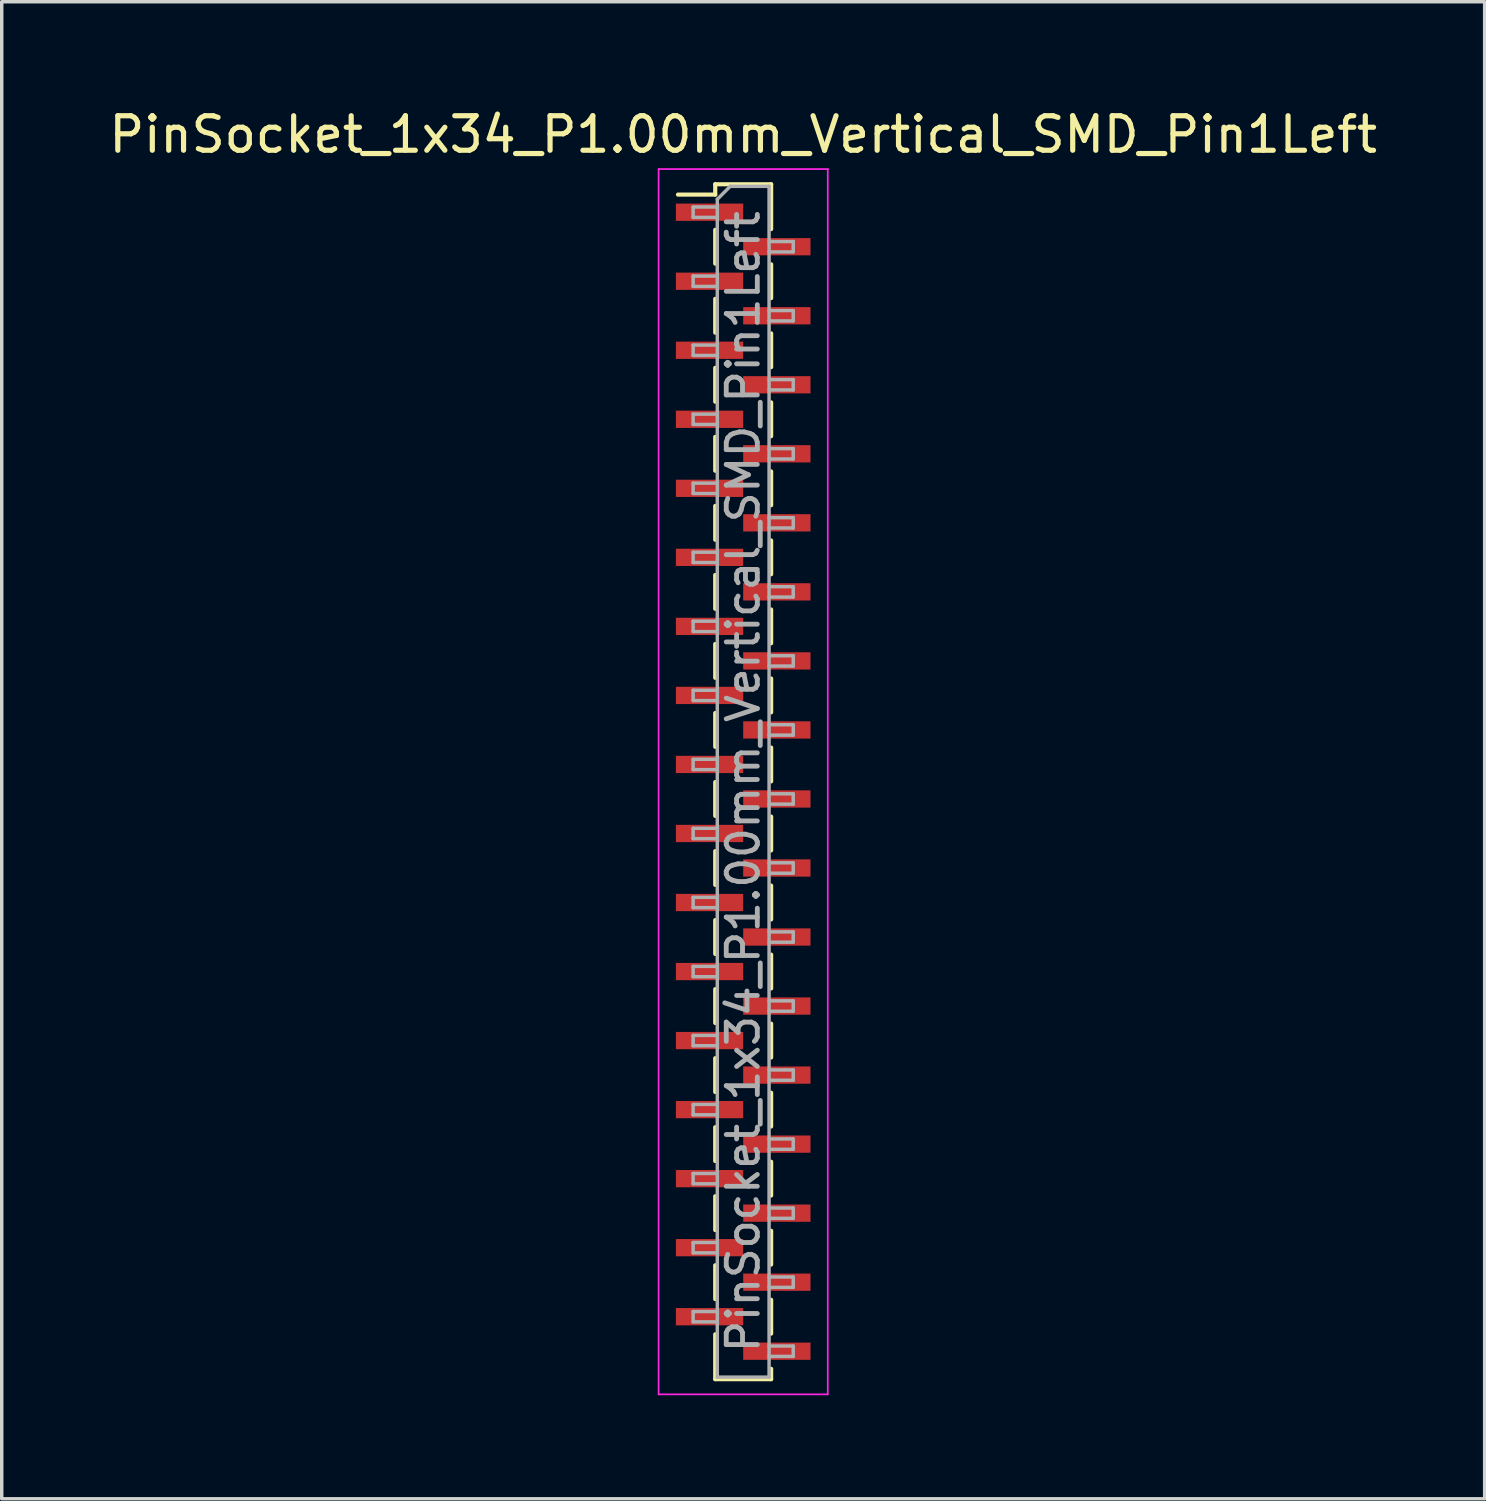
<source format=kicad_pcb>
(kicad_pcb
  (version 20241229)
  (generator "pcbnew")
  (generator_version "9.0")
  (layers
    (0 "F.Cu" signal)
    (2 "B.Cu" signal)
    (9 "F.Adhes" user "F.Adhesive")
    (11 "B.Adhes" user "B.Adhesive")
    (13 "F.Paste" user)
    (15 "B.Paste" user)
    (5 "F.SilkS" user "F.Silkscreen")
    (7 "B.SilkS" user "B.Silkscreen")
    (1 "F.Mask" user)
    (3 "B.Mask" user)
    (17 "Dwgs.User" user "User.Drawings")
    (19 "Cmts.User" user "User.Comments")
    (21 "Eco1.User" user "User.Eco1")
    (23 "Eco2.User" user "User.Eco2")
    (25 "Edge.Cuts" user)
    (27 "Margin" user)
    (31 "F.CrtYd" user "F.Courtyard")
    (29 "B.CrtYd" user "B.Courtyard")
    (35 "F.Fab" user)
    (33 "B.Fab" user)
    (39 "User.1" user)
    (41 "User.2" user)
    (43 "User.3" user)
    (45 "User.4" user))
  (footprint "PinSocket_1x34_P1.00mm_Vertical_SMD_Pin1Left"
    (layer "F.Cu")
    (at 18.482 19.598)
    (property "Reference" "PinSocket_1x34_P1.00mm_Vertical_SMD_Pin1Left" (at 0 -18.75 0) (layer "F.SilkS") (effects (font (size 1 1) (thickness 0.15))))
    (attr smd)
    (fp_line (start -1.89 -17.01) (end -0.81 -17.01) (stroke (width 0.12) (type solid)) (layer "F.SilkS"))
    (fp_line (start -0.81 -17.31) (end -0.81 -17.01) (stroke (width 0.12) (type solid)) (layer "F.SilkS"))
    (fp_line (start -0.81 -17.31) (end 0.81 -17.31) (stroke (width 0.12) (type solid)) (layer "F.SilkS"))
    (fp_line (start -0.81 -15.99) (end -0.81 -15.01) (stroke (width 0.12) (type solid)) (layer "F.SilkS"))
    (fp_line (start -0.81 -13.99) (end -0.81 -13.01) (stroke (width 0.12) (type solid)) (layer "F.SilkS"))
    (fp_line (start -0.81 -11.99) (end -0.81 -11.01) (stroke (width 0.12) (type solid)) (layer "F.SilkS"))
    (fp_line (start -0.81 -9.99) (end -0.81 -9.01) (stroke (width 0.12) (type solid)) (layer "F.SilkS"))
    (fp_line (start -0.81 -7.99) (end -0.81 -7.01) (stroke (width 0.12) (type solid)) (layer "F.SilkS"))
    (fp_line (start -0.81 -5.99) (end -0.81 -5.01) (stroke (width 0.12) (type solid)) (layer "F.SilkS"))
    (fp_line (start -0.81 -3.99) (end -0.81 -3.01) (stroke (width 0.12) (type solid)) (layer "F.SilkS"))
    (fp_line (start -0.81 -1.99) (end -0.81 -1.01) (stroke (width 0.12) (type solid)) (layer "F.SilkS"))
    (fp_line (start -0.81 0.01) (end -0.81 0.99) (stroke (width 0.12) (type solid)) (layer "F.SilkS"))
    (fp_line (start -0.81 2.01) (end -0.81 2.99) (stroke (width 0.12) (type solid)) (layer "F.SilkS"))
    (fp_line (start -0.81 4.01) (end -0.81 4.99) (stroke (width 0.12) (type solid)) (layer "F.SilkS"))
    (fp_line (start -0.81 6.01) (end -0.81 6.99) (stroke (width 0.12) (type solid)) (layer "F.SilkS"))
    (fp_line (start -0.81 8.01) (end -0.81 8.99) (stroke (width 0.12) (type solid)) (layer "F.SilkS"))
    (fp_line (start -0.81 10.01) (end -0.81 10.99) (stroke (width 0.12) (type solid)) (layer "F.SilkS"))
    (fp_line (start -0.81 12.01) (end -0.81 12.99) (stroke (width 0.12) (type solid)) (layer "F.SilkS"))
    (fp_line (start -0.81 14.01) (end -0.81 14.99) (stroke (width 0.12) (type solid)) (layer "F.SilkS"))
    (fp_line (start -0.81 16.01) (end -0.81 17.31) (stroke (width 0.12) (type solid)) (layer "F.SilkS"))
    (fp_line (start -0.81 17.31) (end 0.81 17.31) (stroke (width 0.12) (type solid)) (layer "F.SilkS"))
    (fp_line (start 0.81 -17.31) (end 0.81 -16.01) (stroke (width 0.12) (type solid)) (layer "F.SilkS"))
    (fp_line (start 0.81 -14.99) (end 0.81 -14.01) (stroke (width 0.12) (type solid)) (layer "F.SilkS"))
    (fp_line (start 0.81 -12.99) (end 0.81 -12.01) (stroke (width 0.12) (type solid)) (layer "F.SilkS"))
    (fp_line (start 0.81 -10.99) (end 0.81 -10.01) (stroke (width 0.12) (type solid)) (layer "F.SilkS"))
    (fp_line (start 0.81 -8.99) (end 0.81 -8.01) (stroke (width 0.12) (type solid)) (layer "F.SilkS"))
    (fp_line (start 0.81 -6.99) (end 0.81 -6.01) (stroke (width 0.12) (type solid)) (layer "F.SilkS"))
    (fp_line (start 0.81 -4.99) (end 0.81 -4.01) (stroke (width 0.12) (type solid)) (layer "F.SilkS"))
    (fp_line (start 0.81 -2.99) (end 0.81 -2.01) (stroke (width 0.12) (type solid)) (layer "F.SilkS"))
    (fp_line (start 0.81 -0.99) (end 0.81 -0.01) (stroke (width 0.12) (type solid)) (layer "F.SilkS"))
    (fp_line (start 0.81 1.01) (end 0.81 1.99) (stroke (width 0.12) (type solid)) (layer "F.SilkS"))
    (fp_line (start 0.81 3.01) (end 0.81 3.99) (stroke (width 0.12) (type solid)) (layer "F.SilkS"))
    (fp_line (start 0.81 5.01) (end 0.81 5.99) (stroke (width 0.12) (type solid)) (layer "F.SilkS"))
    (fp_line (start 0.81 7.01) (end 0.81 7.99) (stroke (width 0.12) (type solid)) (layer "F.SilkS"))
    (fp_line (start 0.81 9.01) (end 0.81 9.99) (stroke (width 0.12) (type solid)) (layer "F.SilkS"))
    (fp_line (start 0.81 11.01) (end 0.81 11.99) (stroke (width 0.12) (type solid)) (layer "F.SilkS"))
    (fp_line (start 0.81 13.01) (end 0.81 13.99) (stroke (width 0.12) (type solid)) (layer "F.SilkS"))
    (fp_line (start 0.81 15.01) (end 0.81 15.99) (stroke (width 0.12) (type solid)) (layer "F.SilkS"))
    (fp_line (start 0.81 17.01) (end 0.81 17.31) (stroke (width 0.12) (type solid)) (layer "F.SilkS"))
    (fp_line (start -2.45 -17.75) (end 2.45 -17.75) (stroke (width 0.05) (type solid)) (layer "F.CrtYd"))
    (fp_line (start -2.45 17.75) (end -2.45 -17.75) (stroke (width 0.05) (type solid)) (layer "F.CrtYd"))
    (fp_line (start 2.45 -17.75) (end 2.45 17.75) (stroke (width 0.05) (type solid)) (layer "F.CrtYd"))
    (fp_line (start 2.45 17.75) (end -2.45 17.75) (stroke (width 0.05) (type solid)) (layer "F.CrtYd"))
    (fp_line (start -1.45 -16.65) (end -0.75 -16.65) (stroke (width 0.1) (type solid)) (layer "F.Fab"))
    (fp_line (start -1.45 -16.35) (end -1.45 -16.65) (stroke (width 0.1) (type solid)) (layer "F.Fab"))
    (fp_line (start -1.45 -14.65) (end -0.75 -14.65) (stroke (width 0.1) (type solid)) (layer "F.Fab"))
    (fp_line (start -1.45 -14.35) (end -1.45 -14.65) (stroke (width 0.1) (type solid)) (layer "F.Fab"))
    (fp_line (start -1.45 -12.65) (end -0.75 -12.65) (stroke (width 0.1) (type solid)) (layer "F.Fab"))
    (fp_line (start -1.45 -12.35) (end -1.45 -12.65) (stroke (width 0.1) (type solid)) (layer "F.Fab"))
    (fp_line (start -1.45 -10.65) (end -0.75 -10.65) (stroke (width 0.1) (type solid)) (layer "F.Fab"))
    (fp_line (start -1.45 -10.35) (end -1.45 -10.65) (stroke (width 0.1) (type solid)) (layer "F.Fab"))
    (fp_line (start -1.45 -8.65) (end -0.75 -8.65) (stroke (width 0.1) (type solid)) (layer "F.Fab"))
    (fp_line (start -1.45 -8.35) (end -1.45 -8.65) (stroke (width 0.1) (type solid)) (layer "F.Fab"))
    (fp_line (start -1.45 -6.65) (end -0.75 -6.65) (stroke (width 0.1) (type solid)) (layer "F.Fab"))
    (fp_line (start -1.45 -6.35) (end -1.45 -6.65) (stroke (width 0.1) (type solid)) (layer "F.Fab"))
    (fp_line (start -1.45 -4.65) (end -0.75 -4.65) (stroke (width 0.1) (type solid)) (layer "F.Fab"))
    (fp_line (start -1.45 -4.35) (end -1.45 -4.65) (stroke (width 0.1) (type solid)) (layer "F.Fab"))
    (fp_line (start -1.45 -2.65) (end -0.75 -2.65) (stroke (width 0.1) (type solid)) (layer "F.Fab"))
    (fp_line (start -1.45 -2.35) (end -1.45 -2.65) (stroke (width 0.1) (type solid)) (layer "F.Fab"))
    (fp_line (start -1.45 -0.65) (end -0.75 -0.65) (stroke (width 0.1) (type solid)) (layer "F.Fab"))
    (fp_line (start -1.45 -0.35) (end -1.45 -0.65) (stroke (width 0.1) (type solid)) (layer "F.Fab"))
    (fp_line (start -1.45 1.35) (end -0.75 1.35) (stroke (width 0.1) (type solid)) (layer "F.Fab"))
    (fp_line (start -1.45 1.65) (end -1.45 1.35) (stroke (width 0.1) (type solid)) (layer "F.Fab"))
    (fp_line (start -1.45 3.35) (end -0.75 3.35) (stroke (width 0.1) (type solid)) (layer "F.Fab"))
    (fp_line (start -1.45 3.65) (end -1.45 3.35) (stroke (width 0.1) (type solid)) (layer "F.Fab"))
    (fp_line (start -1.45 5.35) (end -0.75 5.35) (stroke (width 0.1) (type solid)) (layer "F.Fab"))
    (fp_line (start -1.45 5.65) (end -1.45 5.35) (stroke (width 0.1) (type solid)) (layer "F.Fab"))
    (fp_line (start -1.45 7.35) (end -0.75 7.35) (stroke (width 0.1) (type solid)) (layer "F.Fab"))
    (fp_line (start -1.45 7.65) (end -1.45 7.35) (stroke (width 0.1) (type solid)) (layer "F.Fab"))
    (fp_line (start -1.45 9.35) (end -0.75 9.35) (stroke (width 0.1) (type solid)) (layer "F.Fab"))
    (fp_line (start -1.45 9.65) (end -1.45 9.35) (stroke (width 0.1) (type solid)) (layer "F.Fab"))
    (fp_line (start -1.45 11.35) (end -0.75 11.35) (stroke (width 0.1) (type solid)) (layer "F.Fab"))
    (fp_line (start -1.45 11.65) (end -1.45 11.35) (stroke (width 0.1) (type solid)) (layer "F.Fab"))
    (fp_line (start -1.45 13.35) (end -0.75 13.35) (stroke (width 0.1) (type solid)) (layer "F.Fab"))
    (fp_line (start -1.45 13.65) (end -1.45 13.35) (stroke (width 0.1) (type solid)) (layer "F.Fab"))
    (fp_line (start -1.45 15.35) (end -0.75 15.35) (stroke (width 0.1) (type solid)) (layer "F.Fab"))
    (fp_line (start -1.45 15.65) (end -1.45 15.35) (stroke (width 0.1) (type solid)) (layer "F.Fab"))
    (fp_line (start -0.75 -16.875) (end -0.375 -17.25) (stroke (width 0.1) (type solid)) (layer "F.Fab"))
    (fp_line (start -0.75 -16.35) (end -1.45 -16.35) (stroke (width 0.1) (type solid)) (layer "F.Fab"))
    (fp_line (start -0.75 -14.35) (end -1.45 -14.35) (stroke (width 0.1) (type solid)) (layer "F.Fab"))
    (fp_line (start -0.75 -12.35) (end -1.45 -12.35) (stroke (width 0.1) (type solid)) (layer "F.Fab"))
    (fp_line (start -0.75 -10.35) (end -1.45 -10.35) (stroke (width 0.1) (type solid)) (layer "F.Fab"))
    (fp_line (start -0.75 -8.35) (end -1.45 -8.35) (stroke (width 0.1) (type solid)) (layer "F.Fab"))
    (fp_line (start -0.75 -6.35) (end -1.45 -6.35) (stroke (width 0.1) (type solid)) (layer "F.Fab"))
    (fp_line (start -0.75 -4.35) (end -1.45 -4.35) (stroke (width 0.1) (type solid)) (layer "F.Fab"))
    (fp_line (start -0.75 -2.35) (end -1.45 -2.35) (stroke (width 0.1) (type solid)) (layer "F.Fab"))
    (fp_line (start -0.75 -0.35) (end -1.45 -0.35) (stroke (width 0.1) (type solid)) (layer "F.Fab"))
    (fp_line (start -0.75 1.65) (end -1.45 1.65) (stroke (width 0.1) (type solid)) (layer "F.Fab"))
    (fp_line (start -0.75 3.65) (end -1.45 3.65) (stroke (width 0.1) (type solid)) (layer "F.Fab"))
    (fp_line (start -0.75 5.65) (end -1.45 5.65) (stroke (width 0.1) (type solid)) (layer "F.Fab"))
    (fp_line (start -0.75 7.65) (end -1.45 7.65) (stroke (width 0.1) (type solid)) (layer "F.Fab"))
    (fp_line (start -0.75 9.65) (end -1.45 9.65) (stroke (width 0.1) (type solid)) (layer "F.Fab"))
    (fp_line (start -0.75 11.65) (end -1.45 11.65) (stroke (width 0.1) (type solid)) (layer "F.Fab"))
    (fp_line (start -0.75 13.65) (end -1.45 13.65) (stroke (width 0.1) (type solid)) (layer "F.Fab"))
    (fp_line (start -0.75 15.65) (end -1.45 15.65) (stroke (width 0.1) (type solid)) (layer "F.Fab"))
    (fp_line (start -0.75 17.25) (end -0.75 -16.875) (stroke (width 0.1) (type solid)) (layer "F.Fab"))
    (fp_line (start -0.375 -17.25) (end 0.75 -17.25) (stroke (width 0.1) (type solid)) (layer "F.Fab"))
    (fp_line (start 0.75 -17.25) (end 0.75 17.25) (stroke (width 0.1) (type solid)) (layer "F.Fab"))
    (fp_line (start 0.75 -15.65) (end 1.45 -15.65) (stroke (width 0.1) (type solid)) (layer "F.Fab"))
    (fp_line (start 0.75 -13.65) (end 1.45 -13.65) (stroke (width 0.1) (type solid)) (layer "F.Fab"))
    (fp_line (start 0.75 -11.65) (end 1.45 -11.65) (stroke (width 0.1) (type solid)) (layer "F.Fab"))
    (fp_line (start 0.75 -9.65) (end 1.45 -9.65) (stroke (width 0.1) (type solid)) (layer "F.Fab"))
    (fp_line (start 0.75 -7.65) (end 1.45 -7.65) (stroke (width 0.1) (type solid)) (layer "F.Fab"))
    (fp_line (start 0.75 -5.65) (end 1.45 -5.65) (stroke (width 0.1) (type solid)) (layer "F.Fab"))
    (fp_line (start 0.75 -3.65) (end 1.45 -3.65) (stroke (width 0.1) (type solid)) (layer "F.Fab"))
    (fp_line (start 0.75 -1.65) (end 1.45 -1.65) (stroke (width 0.1) (type solid)) (layer "F.Fab"))
    (fp_line (start 0.75 0.35) (end 1.45 0.35) (stroke (width 0.1) (type solid)) (layer "F.Fab"))
    (fp_line (start 0.75 2.35) (end 1.45 2.35) (stroke (width 0.1) (type solid)) (layer "F.Fab"))
    (fp_line (start 0.75 4.35) (end 1.45 4.35) (stroke (width 0.1) (type solid)) (layer "F.Fab"))
    (fp_line (start 0.75 6.35) (end 1.45 6.35) (stroke (width 0.1) (type solid)) (layer "F.Fab"))
    (fp_line (start 0.75 8.35) (end 1.45 8.35) (stroke (width 0.1) (type solid)) (layer "F.Fab"))
    (fp_line (start 0.75 10.35) (end 1.45 10.35) (stroke (width 0.1) (type solid)) (layer "F.Fab"))
    (fp_line (start 0.75 12.35) (end 1.45 12.35) (stroke (width 0.1) (type solid)) (layer "F.Fab"))
    (fp_line (start 0.75 14.35) (end 1.45 14.35) (stroke (width 0.1) (type solid)) (layer "F.Fab"))
    (fp_line (start 0.75 16.35) (end 1.45 16.35) (stroke (width 0.1) (type solid)) (layer "F.Fab"))
    (fp_line (start 0.75 17.25) (end -0.75 17.25) (stroke (width 0.1) (type solid)) (layer "F.Fab"))
    (fp_line (start 1.45 -15.65) (end 1.45 -15.35) (stroke (width 0.1) (type solid)) (layer "F.Fab"))
    (fp_line (start 1.45 -15.35) (end 0.75 -15.35) (stroke (width 0.1) (type solid)) (layer "F.Fab"))
    (fp_line (start 1.45 -13.65) (end 1.45 -13.35) (stroke (width 0.1) (type solid)) (layer "F.Fab"))
    (fp_line (start 1.45 -13.35) (end 0.75 -13.35) (stroke (width 0.1) (type solid)) (layer "F.Fab"))
    (fp_line (start 1.45 -11.65) (end 1.45 -11.35) (stroke (width 0.1) (type solid)) (layer "F.Fab"))
    (fp_line (start 1.45 -11.35) (end 0.75 -11.35) (stroke (width 0.1) (type solid)) (layer "F.Fab"))
    (fp_line (start 1.45 -9.65) (end 1.45 -9.35) (stroke (width 0.1) (type solid)) (layer "F.Fab"))
    (fp_line (start 1.45 -9.35) (end 0.75 -9.35) (stroke (width 0.1) (type solid)) (layer "F.Fab"))
    (fp_line (start 1.45 -7.65) (end 1.45 -7.35) (stroke (width 0.1) (type solid)) (layer "F.Fab"))
    (fp_line (start 1.45 -7.35) (end 0.75 -7.35) (stroke (width 0.1) (type solid)) (layer "F.Fab"))
    (fp_line (start 1.45 -5.65) (end 1.45 -5.35) (stroke (width 0.1) (type solid)) (layer "F.Fab"))
    (fp_line (start 1.45 -5.35) (end 0.75 -5.35) (stroke (width 0.1) (type solid)) (layer "F.Fab"))
    (fp_line (start 1.45 -3.65) (end 1.45 -3.35) (stroke (width 0.1) (type solid)) (layer "F.Fab"))
    (fp_line (start 1.45 -3.35) (end 0.75 -3.35) (stroke (width 0.1) (type solid)) (layer "F.Fab"))
    (fp_line (start 1.45 -1.65) (end 1.45 -1.35) (stroke (width 0.1) (type solid)) (layer "F.Fab"))
    (fp_line (start 1.45 -1.35) (end 0.75 -1.35) (stroke (width 0.1) (type solid)) (layer "F.Fab"))
    (fp_line (start 1.45 0.35) (end 1.45 0.65) (stroke (width 0.1) (type solid)) (layer "F.Fab"))
    (fp_line (start 1.45 0.65) (end 0.75 0.65) (stroke (width 0.1) (type solid)) (layer "F.Fab"))
    (fp_line (start 1.45 2.35) (end 1.45 2.65) (stroke (width 0.1) (type solid)) (layer "F.Fab"))
    (fp_line (start 1.45 2.65) (end 0.75 2.65) (stroke (width 0.1) (type solid)) (layer "F.Fab"))
    (fp_line (start 1.45 4.35) (end 1.45 4.65) (stroke (width 0.1) (type solid)) (layer "F.Fab"))
    (fp_line (start 1.45 4.65) (end 0.75 4.65) (stroke (width 0.1) (type solid)) (layer "F.Fab"))
    (fp_line (start 1.45 6.35) (end 1.45 6.65) (stroke (width 0.1) (type solid)) (layer "F.Fab"))
    (fp_line (start 1.45 6.65) (end 0.75 6.65) (stroke (width 0.1) (type solid)) (layer "F.Fab"))
    (fp_line (start 1.45 8.35) (end 1.45 8.65) (stroke (width 0.1) (type solid)) (layer "F.Fab"))
    (fp_line (start 1.45 8.65) (end 0.75 8.65) (stroke (width 0.1) (type solid)) (layer "F.Fab"))
    (fp_line (start 1.45 10.35) (end 1.45 10.65) (stroke (width 0.1) (type solid)) (layer "F.Fab"))
    (fp_line (start 1.45 10.65) (end 0.75 10.65) (stroke (width 0.1) (type solid)) (layer "F.Fab"))
    (fp_line (start 1.45 12.35) (end 1.45 12.65) (stroke (width 0.1) (type solid)) (layer "F.Fab"))
    (fp_line (start 1.45 12.65) (end 0.75 12.65) (stroke (width 0.1) (type solid)) (layer "F.Fab"))
    (fp_line (start 1.45 14.35) (end 1.45 14.65) (stroke (width 0.1) (type solid)) (layer "F.Fab"))
    (fp_line (start 1.45 14.65) (end 0.75 14.65) (stroke (width 0.1) (type solid)) (layer "F.Fab"))
    (fp_line (start 1.45 16.35) (end 1.45 16.65) (stroke (width 0.1) (type solid)) (layer "F.Fab"))
    (fp_line (start 1.45 16.65) (end 0.75 16.65) (stroke (width 0.1) (type solid)) (layer "F.Fab"))
    (fp_text user "${REFERENCE}" (at 0 0 90) (layer "F.Fab") (effects (font (size 0.9 0.9) (thickness 0.14))))
    (pad "1" smd rect (at -0.975 -16.5) (size 1.95 0.5) (layers "F.Cu" "F.Mask" "F.Paste"))
    (pad "2" smd rect (at 0.975 -15.5) (size 1.95 0.5) (layers "F.Cu" "F.Mask" "F.Paste"))
    (pad "3" smd rect (at -0.975 -14.5) (size 1.95 0.5) (layers "F.Cu" "F.Mask" "F.Paste"))
    (pad "4" smd rect (at 0.975 -13.5) (size 1.95 0.5) (layers "F.Cu" "F.Mask" "F.Paste"))
    (pad "5" smd rect (at -0.975 -12.5) (size 1.95 0.5) (layers "F.Cu" "F.Mask" "F.Paste"))
    (pad "6" smd rect (at 0.975 -11.5) (size 1.95 0.5) (layers "F.Cu" "F.Mask" "F.Paste"))
    (pad "7" smd rect (at -0.975 -10.5) (size 1.95 0.5) (layers "F.Cu" "F.Mask" "F.Paste"))
    (pad "8" smd rect (at 0.975 -9.5) (size 1.95 0.5) (layers "F.Cu" "F.Mask" "F.Paste"))
    (pad "9" smd rect (at -0.975 -8.5) (size 1.95 0.5) (layers "F.Cu" "F.Mask" "F.Paste"))
    (pad "10" smd rect (at 0.975 -7.5) (size 1.95 0.5) (layers "F.Cu" "F.Mask" "F.Paste"))
    (pad "11" smd rect (at -0.975 -6.5) (size 1.95 0.5) (layers "F.Cu" "F.Mask" "F.Paste"))
    (pad "12" smd rect (at 0.975 -5.5) (size 1.95 0.5) (layers "F.Cu" "F.Mask" "F.Paste"))
    (pad "13" smd rect (at -0.975 -4.5) (size 1.95 0.5) (layers "F.Cu" "F.Mask" "F.Paste"))
    (pad "14" smd rect (at 0.975 -3.5) (size 1.95 0.5) (layers "F.Cu" "F.Mask" "F.Paste"))
    (pad "15" smd rect (at -0.975 -2.5) (size 1.95 0.5) (layers "F.Cu" "F.Mask" "F.Paste"))
    (pad "16" smd rect (at 0.975 -1.5) (size 1.95 0.5) (layers "F.Cu" "F.Mask" "F.Paste"))
    (pad "17" smd rect (at -0.975 -0.5) (size 1.95 0.5) (layers "F.Cu" "F.Mask" "F.Paste"))
    (pad "18" smd rect (at 0.975 0.5) (size 1.95 0.5) (layers "F.Cu" "F.Mask" "F.Paste"))
    (pad "19" smd rect (at -0.975 1.5) (size 1.95 0.5) (layers "F.Cu" "F.Mask" "F.Paste"))
    (pad "20" smd rect (at 0.975 2.5) (size 1.95 0.5) (layers "F.Cu" "F.Mask" "F.Paste"))
    (pad "21" smd rect (at -0.975 3.5) (size 1.95 0.5) (layers "F.Cu" "F.Mask" "F.Paste"))
    (pad "22" smd rect (at 0.975 4.5) (size 1.95 0.5) (layers "F.Cu" "F.Mask" "F.Paste"))
    (pad "23" smd rect (at -0.975 5.5) (size 1.95 0.5) (layers "F.Cu" "F.Mask" "F.Paste"))
    (pad "24" smd rect (at 0.975 6.5) (size 1.95 0.5) (layers "F.Cu" "F.Mask" "F.Paste"))
    (pad "25" smd rect (at -0.975 7.5) (size 1.95 0.5) (layers "F.Cu" "F.Mask" "F.Paste"))
    (pad "26" smd rect (at 0.975 8.5) (size 1.95 0.5) (layers "F.Cu" "F.Mask" "F.Paste"))
    (pad "27" smd rect (at -0.975 9.5) (size 1.95 0.5) (layers "F.Cu" "F.Mask" "F.Paste"))
    (pad "28" smd rect (at 0.975 10.5) (size 1.95 0.5) (layers "F.Cu" "F.Mask" "F.Paste"))
    (pad "29" smd rect (at -0.975 11.5) (size 1.95 0.5) (layers "F.Cu" "F.Mask" "F.Paste"))
    (pad "30" smd rect (at 0.975 12.5) (size 1.95 0.5) (layers "F.Cu" "F.Mask" "F.Paste"))
    (pad "31" smd rect (at -0.975 13.5) (size 1.95 0.5) (layers "F.Cu" "F.Mask" "F.Paste"))
    (pad "32" smd rect (at 0.975 14.5) (size 1.95 0.5) (layers "F.Cu" "F.Mask" "F.Paste"))
    (pad "33" smd rect (at -0.975 15.5) (size 1.95 0.5) (layers "F.Cu" "F.Mask" "F.Paste"))
    (pad "34" smd rect (at 0.975 16.5) (size 1.95 0.5) (layers "F.Cu" "F.Mask" "F.Paste")))
  (gr_rect
    (start -3 -3)
    (end 39.964 40.373)
    (stroke (width 0.1) (type default))
    (fill no)
    (layer "Edge.Cuts")))
</source>
